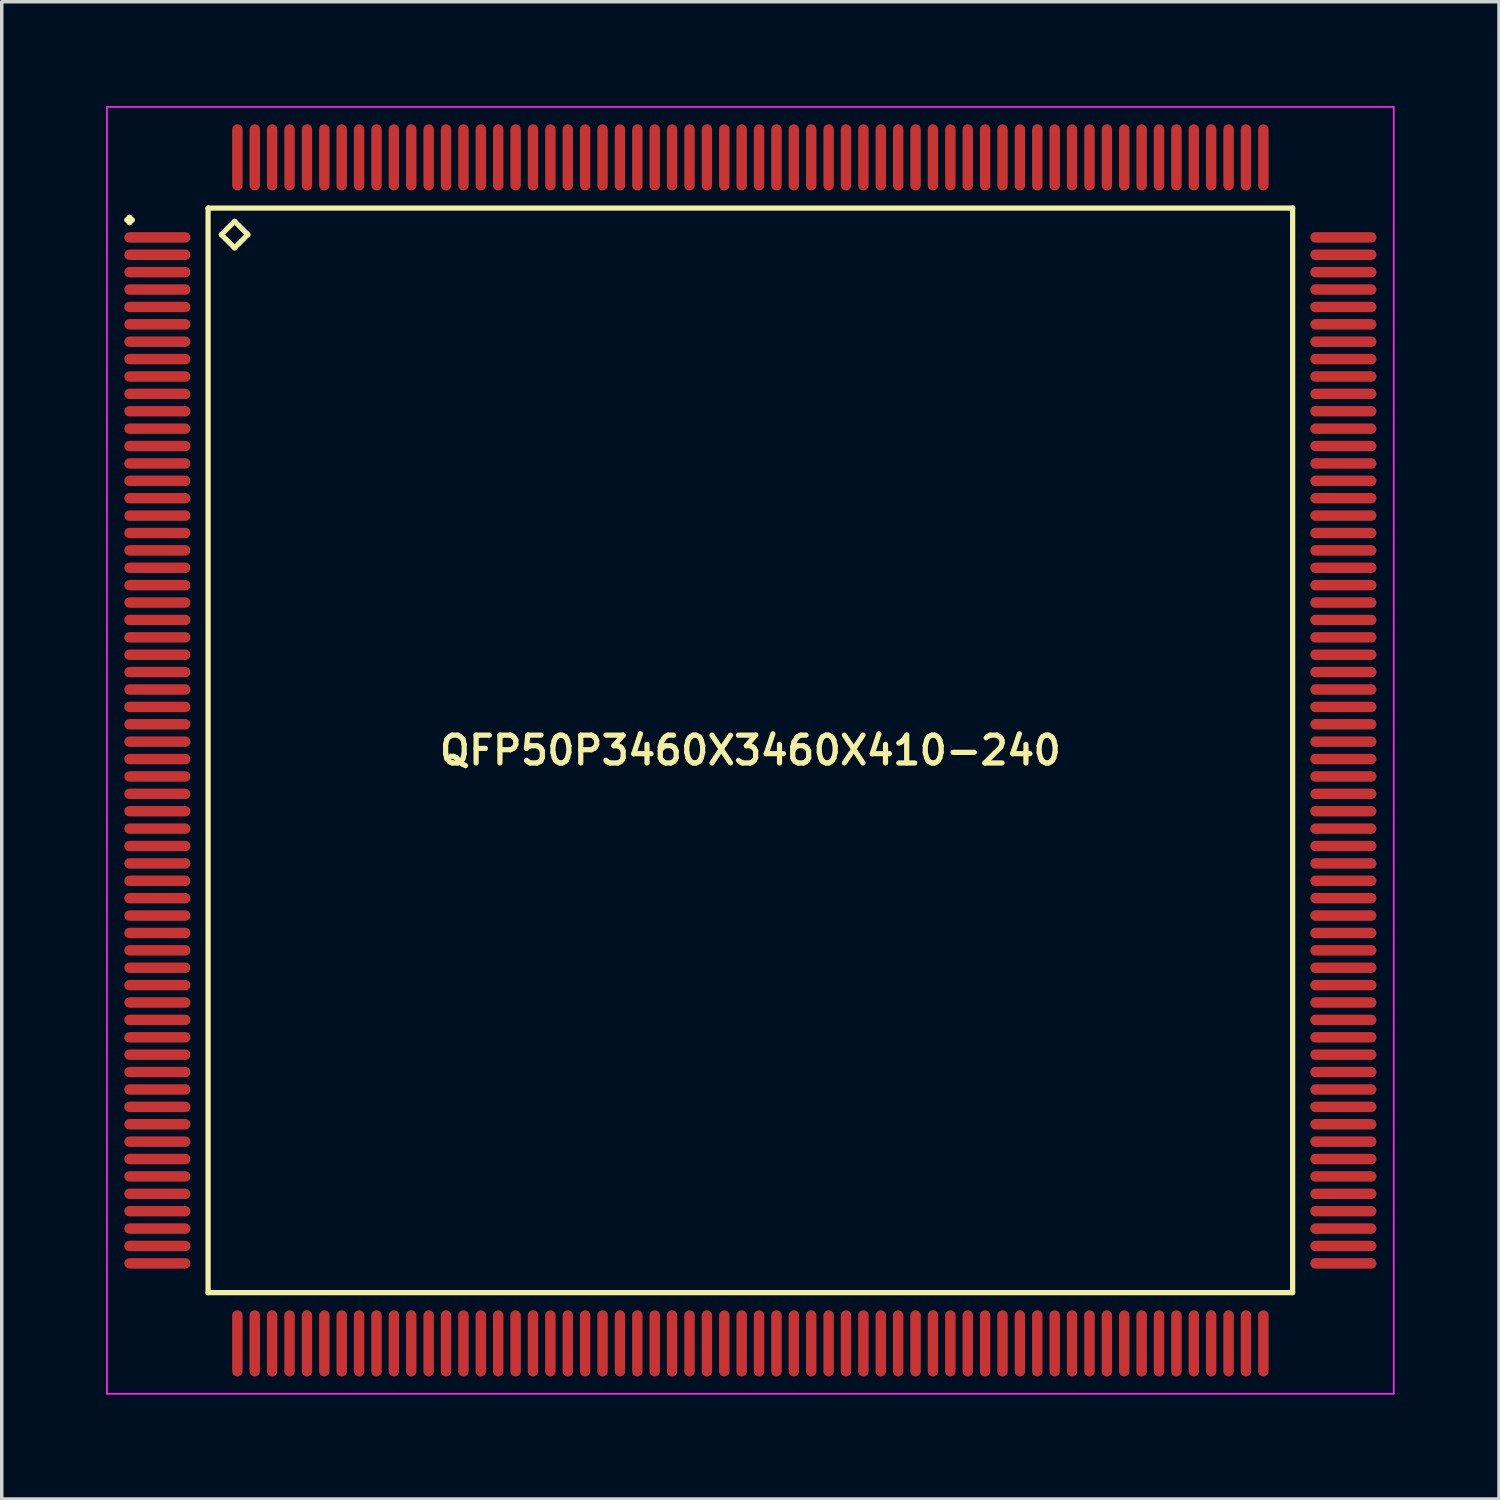
<source format=kicad_pcb>
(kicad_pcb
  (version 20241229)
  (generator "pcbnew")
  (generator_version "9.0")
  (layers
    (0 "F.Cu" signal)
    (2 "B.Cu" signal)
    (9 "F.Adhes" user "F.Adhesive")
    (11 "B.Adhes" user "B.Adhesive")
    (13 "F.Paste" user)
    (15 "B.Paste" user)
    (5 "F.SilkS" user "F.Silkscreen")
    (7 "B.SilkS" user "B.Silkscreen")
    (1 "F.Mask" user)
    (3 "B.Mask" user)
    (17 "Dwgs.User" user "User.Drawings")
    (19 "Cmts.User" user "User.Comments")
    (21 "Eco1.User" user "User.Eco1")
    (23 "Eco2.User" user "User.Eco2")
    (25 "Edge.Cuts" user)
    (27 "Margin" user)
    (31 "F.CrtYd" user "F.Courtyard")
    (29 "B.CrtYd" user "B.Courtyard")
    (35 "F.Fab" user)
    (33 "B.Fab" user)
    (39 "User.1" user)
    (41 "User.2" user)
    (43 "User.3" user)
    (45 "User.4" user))
  (footprint "QFP50P3460X3460X410-240"
    (layer "F.Cu")
    (at 18.525 18.525)
    (property "Reference" "QFP50P3460X3460X410-240" (at 0 0 0) (layer "F.SilkS") (effects (font (size 0.8 0.8) (thickness 0.15))))
    (attr smd)
    (fp_line (start -17.925 -15.25) (end -17.85 -15.325) (stroke (width 0.15) (type solid)) (layer "F.SilkS"))
    (fp_line (start -17.85 -15.325) (end -17.775 -15.25) (stroke (width 0.15) (type solid)) (layer "F.SilkS"))
    (fp_line (start -17.85 -15.175) (end -17.925 -15.25) (stroke (width 0.15) (type solid)) (layer "F.SilkS"))
    (fp_line (start -17.775 -15.25) (end -17.85 -15.175) (stroke (width 0.15) (type solid)) (layer "F.SilkS"))
    (fp_line (start -15.592 -15.592) (end -15.592 15.592) (stroke (width 0.15) (type solid)) (layer "F.SilkS"))
    (fp_line (start -15.592 15.592) (end 15.592 15.592) (stroke (width 0.15) (type solid)) (layer "F.SilkS"))
    (fp_line (start -15.211 -14.83) (end -14.83 -15.211) (stroke (width 0.15) (type solid)) (layer "F.SilkS"))
    (fp_line (start -14.83 -15.211) (end -14.449 -14.83) (stroke (width 0.15) (type solid)) (layer "F.SilkS"))
    (fp_line (start -14.83 -14.449) (end -15.211 -14.83) (stroke (width 0.15) (type solid)) (layer "F.SilkS"))
    (fp_line (start -14.449 -14.83) (end -14.83 -14.449) (stroke (width 0.15) (type solid)) (layer "F.SilkS"))
    (fp_line (start 15.592 -15.592) (end -15.592 -15.592) (stroke (width 0.15) (type solid)) (layer "F.SilkS"))
    (fp_line (start 15.592 15.592) (end 15.592 -15.592) (stroke (width 0.15) (type solid)) (layer "F.SilkS"))
    (fp_line (start -18.5 -18.5) (end 18.5 -18.5) (stroke (width 0.05) (type solid)) (layer "F.CrtYd"))
    (fp_line (start -18.5 18.5) (end -18.5 -18.5) (stroke (width 0.05) (type solid)) (layer "F.CrtYd"))
    (fp_line (start 18.5 -18.5) (end 18.5 18.5) (stroke (width 0.05) (type solid)) (layer "F.CrtYd"))
    (fp_line (start 18.5 18.5) (end -18.5 18.5) (stroke (width 0.05) (type solid)) (layer "F.CrtYd"))
    (pad "1" smd oval (at -17.05 -14.75) (size 1.9 0.3) (layers "F.Cu" "F.Mask" "F.Paste"))
    (pad "2" smd oval (at -17.05 -14.25) (size 1.9 0.3) (layers "F.Cu" "F.Mask" "F.Paste"))
    (pad "3" smd oval (at -17.05 -13.75) (size 1.9 0.3) (layers "F.Cu" "F.Mask" "F.Paste"))
    (pad "4" smd oval (at -17.05 -13.25) (size 1.9 0.3) (layers "F.Cu" "F.Mask" "F.Paste"))
    (pad "5" smd oval (at -17.05 -12.75) (size 1.9 0.3) (layers "F.Cu" "F.Mask" "F.Paste"))
    (pad "6" smd oval (at -17.05 -12.25) (size 1.9 0.3) (layers "F.Cu" "F.Mask" "F.Paste"))
    (pad "7" smd oval (at -17.05 -11.75) (size 1.9 0.3) (layers "F.Cu" "F.Mask" "F.Paste"))
    (pad "8" smd oval (at -17.05 -11.25) (size 1.9 0.3) (layers "F.Cu" "F.Mask" "F.Paste"))
    (pad "9" smd oval (at -17.05 -10.75) (size 1.9 0.3) (layers "F.Cu" "F.Mask" "F.Paste"))
    (pad "10" smd oval (at -17.05 -10.25) (size 1.9 0.3) (layers "F.Cu" "F.Mask" "F.Paste"))
    (pad "11" smd oval (at -17.05 -9.75) (size 1.9 0.3) (layers "F.Cu" "F.Mask" "F.Paste"))
    (pad "12" smd oval (at -17.05 -9.25) (size 1.9 0.3) (layers "F.Cu" "F.Mask" "F.Paste"))
    (pad "13" smd oval (at -17.05 -8.75) (size 1.9 0.3) (layers "F.Cu" "F.Mask" "F.Paste"))
    (pad "14" smd oval (at -17.05 -8.25) (size 1.9 0.3) (layers "F.Cu" "F.Mask" "F.Paste"))
    (pad "15" smd oval (at -17.05 -7.75) (size 1.9 0.3) (layers "F.Cu" "F.Mask" "F.Paste"))
    (pad "16" smd oval (at -17.05 -7.25) (size 1.9 0.3) (layers "F.Cu" "F.Mask" "F.Paste"))
    (pad "17" smd oval (at -17.05 -6.75) (size 1.9 0.3) (layers "F.Cu" "F.Mask" "F.Paste"))
    (pad "18" smd oval (at -17.05 -6.25) (size 1.9 0.3) (layers "F.Cu" "F.Mask" "F.Paste"))
    (pad "19" smd oval (at -17.05 -5.75) (size 1.9 0.3) (layers "F.Cu" "F.Mask" "F.Paste"))
    (pad "20" smd oval (at -17.05 -5.25) (size 1.9 0.3) (layers "F.Cu" "F.Mask" "F.Paste"))
    (pad "21" smd oval (at -17.05 -4.75) (size 1.9 0.3) (layers "F.Cu" "F.Mask" "F.Paste"))
    (pad "22" smd oval (at -17.05 -4.25) (size 1.9 0.3) (layers "F.Cu" "F.Mask" "F.Paste"))
    (pad "23" smd oval (at -17.05 -3.75) (size 1.9 0.3) (layers "F.Cu" "F.Mask" "F.Paste"))
    (pad "24" smd oval (at -17.05 -3.25) (size 1.9 0.3) (layers "F.Cu" "F.Mask" "F.Paste"))
    (pad "25" smd oval (at -17.05 -2.75) (size 1.9 0.3) (layers "F.Cu" "F.Mask" "F.Paste"))
    (pad "26" smd oval (at -17.05 -2.25) (size 1.9 0.3) (layers "F.Cu" "F.Mask" "F.Paste"))
    (pad "27" smd oval (at -17.05 -1.75) (size 1.9 0.3) (layers "F.Cu" "F.Mask" "F.Paste"))
    (pad "28" smd oval (at -17.05 -1.25) (size 1.9 0.3) (layers "F.Cu" "F.Mask" "F.Paste"))
    (pad "29" smd oval (at -17.05 -0.75) (size 1.9 0.3) (layers "F.Cu" "F.Mask" "F.Paste"))
    (pad "30" smd oval (at -17.05 -0.25) (size 1.9 0.3) (layers "F.Cu" "F.Mask" "F.Paste"))
    (pad "31" smd oval (at -17.05 0.25) (size 1.9 0.3) (layers "F.Cu" "F.Mask" "F.Paste"))
    (pad "32" smd oval (at -17.05 0.75) (size 1.9 0.3) (layers "F.Cu" "F.Mask" "F.Paste"))
    (pad "33" smd oval (at -17.05 1.25) (size 1.9 0.3) (layers "F.Cu" "F.Mask" "F.Paste"))
    (pad "34" smd oval (at -17.05 1.75) (size 1.9 0.3) (layers "F.Cu" "F.Mask" "F.Paste"))
    (pad "35" smd oval (at -17.05 2.25) (size 1.9 0.3) (layers "F.Cu" "F.Mask" "F.Paste"))
    (pad "36" smd oval (at -17.05 2.75) (size 1.9 0.3) (layers "F.Cu" "F.Mask" "F.Paste"))
    (pad "37" smd oval (at -17.05 3.25) (size 1.9 0.3) (layers "F.Cu" "F.Mask" "F.Paste"))
    (pad "38" smd oval (at -17.05 3.75) (size 1.9 0.3) (layers "F.Cu" "F.Mask" "F.Paste"))
    (pad "39" smd oval (at -17.05 4.25) (size 1.9 0.3) (layers "F.Cu" "F.Mask" "F.Paste"))
    (pad "40" smd oval (at -17.05 4.75) (size 1.9 0.3) (layers "F.Cu" "F.Mask" "F.Paste"))
    (pad "41" smd oval (at -17.05 5.25) (size 1.9 0.3) (layers "F.Cu" "F.Mask" "F.Paste"))
    (pad "42" smd oval (at -17.05 5.75) (size 1.9 0.3) (layers "F.Cu" "F.Mask" "F.Paste"))
    (pad "43" smd oval (at -17.05 6.25) (size 1.9 0.3) (layers "F.Cu" "F.Mask" "F.Paste"))
    (pad "44" smd oval (at -17.05 6.75) (size 1.9 0.3) (layers "F.Cu" "F.Mask" "F.Paste"))
    (pad "45" smd oval (at -17.05 7.25) (size 1.9 0.3) (layers "F.Cu" "F.Mask" "F.Paste"))
    (pad "46" smd oval (at -17.05 7.75) (size 1.9 0.3) (layers "F.Cu" "F.Mask" "F.Paste"))
    (pad "47" smd oval (at -17.05 8.25) (size 1.9 0.3) (layers "F.Cu" "F.Mask" "F.Paste"))
    (pad "48" smd oval (at -17.05 8.75) (size 1.9 0.3) (layers "F.Cu" "F.Mask" "F.Paste"))
    (pad "49" smd oval (at -17.05 9.25) (size 1.9 0.3) (layers "F.Cu" "F.Mask" "F.Paste"))
    (pad "50" smd oval (at -17.05 9.75) (size 1.9 0.3) (layers "F.Cu" "F.Mask" "F.Paste"))
    (pad "51" smd oval (at -17.05 10.25) (size 1.9 0.3) (layers "F.Cu" "F.Mask" "F.Paste"))
    (pad "52" smd oval (at -17.05 10.75) (size 1.9 0.3) (layers "F.Cu" "F.Mask" "F.Paste"))
    (pad "53" smd oval (at -17.05 11.25) (size 1.9 0.3) (layers "F.Cu" "F.Mask" "F.Paste"))
    (pad "54" smd oval (at -17.05 11.75) (size 1.9 0.3) (layers "F.Cu" "F.Mask" "F.Paste"))
    (pad "55" smd oval (at -17.05 12.25) (size 1.9 0.3) (layers "F.Cu" "F.Mask" "F.Paste"))
    (pad "56" smd oval (at -17.05 12.75) (size 1.9 0.3) (layers "F.Cu" "F.Mask" "F.Paste"))
    (pad "57" smd oval (at -17.05 13.25) (size 1.9 0.3) (layers "F.Cu" "F.Mask" "F.Paste"))
    (pad "58" smd oval (at -17.05 13.75) (size 1.9 0.3) (layers "F.Cu" "F.Mask" "F.Paste"))
    (pad "59" smd oval (at -17.05 14.25) (size 1.9 0.3) (layers "F.Cu" "F.Mask" "F.Paste"))
    (pad "60" smd oval (at -17.05 14.75) (size 1.9 0.3) (layers "F.Cu" "F.Mask" "F.Paste"))
    (pad "61" smd oval (at -14.75 17.05) (size 0.3 1.9) (layers "F.Cu" "F.Mask" "F.Paste"))
    (pad "62" smd oval (at -14.25 17.05) (size 0.3 1.9) (layers "F.Cu" "F.Mask" "F.Paste"))
    (pad "63" smd oval (at -13.75 17.05) (size 0.3 1.9) (layers "F.Cu" "F.Mask" "F.Paste"))
    (pad "64" smd oval (at -13.25 17.05) (size 0.3 1.9) (layers "F.Cu" "F.Mask" "F.Paste"))
    (pad "65" smd oval (at -12.75 17.05) (size 0.3 1.9) (layers "F.Cu" "F.Mask" "F.Paste"))
    (pad "66" smd oval (at -12.25 17.05) (size 0.3 1.9) (layers "F.Cu" "F.Mask" "F.Paste"))
    (pad "67" smd oval (at -11.75 17.05) (size 0.3 1.9) (layers "F.Cu" "F.Mask" "F.Paste"))
    (pad "68" smd oval (at -11.25 17.05) (size 0.3 1.9) (layers "F.Cu" "F.Mask" "F.Paste"))
    (pad "69" smd oval (at -10.75 17.05) (size 0.3 1.9) (layers "F.Cu" "F.Mask" "F.Paste"))
    (pad "70" smd oval (at -10.25 17.05) (size 0.3 1.9) (layers "F.Cu" "F.Mask" "F.Paste"))
    (pad "71" smd oval (at -9.75 17.05) (size 0.3 1.9) (layers "F.Cu" "F.Mask" "F.Paste"))
    (pad "72" smd oval (at -9.25 17.05) (size 0.3 1.9) (layers "F.Cu" "F.Mask" "F.Paste"))
    (pad "73" smd oval (at -8.75 17.05) (size 0.3 1.9) (layers "F.Cu" "F.Mask" "F.Paste"))
    (pad "74" smd oval (at -8.25 17.05) (size 0.3 1.9) (layers "F.Cu" "F.Mask" "F.Paste"))
    (pad "75" smd oval (at -7.75 17.05) (size 0.3 1.9) (layers "F.Cu" "F.Mask" "F.Paste"))
    (pad "76" smd oval (at -7.25 17.05) (size 0.3 1.9) (layers "F.Cu" "F.Mask" "F.Paste"))
    (pad "77" smd oval (at -6.75 17.05) (size 0.3 1.9) (layers "F.Cu" "F.Mask" "F.Paste"))
    (pad "78" smd oval (at -6.25 17.05) (size 0.3 1.9) (layers "F.Cu" "F.Mask" "F.Paste"))
    (pad "79" smd oval (at -5.75 17.05) (size 0.3 1.9) (layers "F.Cu" "F.Mask" "F.Paste"))
    (pad "80" smd oval (at -5.25 17.05) (size 0.3 1.9) (layers "F.Cu" "F.Mask" "F.Paste"))
    (pad "81" smd oval (at -4.75 17.05) (size 0.3 1.9) (layers "F.Cu" "F.Mask" "F.Paste"))
    (pad "82" smd oval (at -4.25 17.05) (size 0.3 1.9) (layers "F.Cu" "F.Mask" "F.Paste"))
    (pad "83" smd oval (at -3.75 17.05) (size 0.3 1.9) (layers "F.Cu" "F.Mask" "F.Paste"))
    (pad "84" smd oval (at -3.25 17.05) (size 0.3 1.9) (layers "F.Cu" "F.Mask" "F.Paste"))
    (pad "85" smd oval (at -2.75 17.05) (size 0.3 1.9) (layers "F.Cu" "F.Mask" "F.Paste"))
    (pad "86" smd oval (at -2.25 17.05) (size 0.3 1.9) (layers "F.Cu" "F.Mask" "F.Paste"))
    (pad "87" smd oval (at -1.75 17.05) (size 0.3 1.9) (layers "F.Cu" "F.Mask" "F.Paste"))
    (pad "88" smd oval (at -1.25 17.05) (size 0.3 1.9) (layers "F.Cu" "F.Mask" "F.Paste"))
    (pad "89" smd oval (at -0.75 17.05) (size 0.3 1.9) (layers "F.Cu" "F.Mask" "F.Paste"))
    (pad "90" smd oval (at -0.25 17.05) (size 0.3 1.9) (layers "F.Cu" "F.Mask" "F.Paste"))
    (pad "91" smd oval (at 0.25 17.05) (size 0.3 1.9) (layers "F.Cu" "F.Mask" "F.Paste"))
    (pad "92" smd oval (at 0.75 17.05) (size 0.3 1.9) (layers "F.Cu" "F.Mask" "F.Paste"))
    (pad "93" smd oval (at 1.25 17.05) (size 0.3 1.9) (layers "F.Cu" "F.Mask" "F.Paste"))
    (pad "94" smd oval (at 1.75 17.05) (size 0.3 1.9) (layers "F.Cu" "F.Mask" "F.Paste"))
    (pad "95" smd oval (at 2.25 17.05) (size 0.3 1.9) (layers "F.Cu" "F.Mask" "F.Paste"))
    (pad "96" smd oval (at 2.75 17.05) (size 0.3 1.9) (layers "F.Cu" "F.Mask" "F.Paste"))
    (pad "97" smd oval (at 3.25 17.05) (size 0.3 1.9) (layers "F.Cu" "F.Mask" "F.Paste"))
    (pad "98" smd oval (at 3.75 17.05) (size 0.3 1.9) (layers "F.Cu" "F.Mask" "F.Paste"))
    (pad "99" smd oval (at 4.25 17.05) (size 0.3 1.9) (layers "F.Cu" "F.Mask" "F.Paste"))
    (pad "100" smd oval (at 4.75 17.05) (size 0.3 1.9) (layers "F.Cu" "F.Mask" "F.Paste"))
    (pad "101" smd oval (at 5.25 17.05) (size 0.3 1.9) (layers "F.Cu" "F.Mask" "F.Paste"))
    (pad "102" smd oval (at 5.75 17.05) (size 0.3 1.9) (layers "F.Cu" "F.Mask" "F.Paste"))
    (pad "103" smd oval (at 6.25 17.05) (size 0.3 1.9) (layers "F.Cu" "F.Mask" "F.Paste"))
    (pad "104" smd oval (at 6.75 17.05) (size 0.3 1.9) (layers "F.Cu" "F.Mask" "F.Paste"))
    (pad "105" smd oval (at 7.25 17.05) (size 0.3 1.9) (layers "F.Cu" "F.Mask" "F.Paste"))
    (pad "106" smd oval (at 7.75 17.05) (size 0.3 1.9) (layers "F.Cu" "F.Mask" "F.Paste"))
    (pad "107" smd oval (at 8.25 17.05) (size 0.3 1.9) (layers "F.Cu" "F.Mask" "F.Paste"))
    (pad "108" smd oval (at 8.75 17.05) (size 0.3 1.9) (layers "F.Cu" "F.Mask" "F.Paste"))
    (pad "109" smd oval (at 9.25 17.05) (size 0.3 1.9) (layers "F.Cu" "F.Mask" "F.Paste"))
    (pad "110" smd oval (at 9.75 17.05) (size 0.3 1.9) (layers "F.Cu" "F.Mask" "F.Paste"))
    (pad "111" smd oval (at 10.25 17.05) (size 0.3 1.9) (layers "F.Cu" "F.Mask" "F.Paste"))
    (pad "112" smd oval (at 10.75 17.05) (size 0.3 1.9) (layers "F.Cu" "F.Mask" "F.Paste"))
    (pad "113" smd oval (at 11.25 17.05) (size 0.3 1.9) (layers "F.Cu" "F.Mask" "F.Paste"))
    (pad "114" smd oval (at 11.75 17.05) (size 0.3 1.9) (layers "F.Cu" "F.Mask" "F.Paste"))
    (pad "115" smd oval (at 12.25 17.05) (size 0.3 1.9) (layers "F.Cu" "F.Mask" "F.Paste"))
    (pad "116" smd oval (at 12.75 17.05) (size 0.3 1.9) (layers "F.Cu" "F.Mask" "F.Paste"))
    (pad "117" smd oval (at 13.25 17.05) (size 0.3 1.9) (layers "F.Cu" "F.Mask" "F.Paste"))
    (pad "118" smd oval (at 13.75 17.05) (size 0.3 1.9) (layers "F.Cu" "F.Mask" "F.Paste"))
    (pad "119" smd oval (at 14.25 17.05) (size 0.3 1.9) (layers "F.Cu" "F.Mask" "F.Paste"))
    (pad "120" smd oval (at 14.75 17.05) (size 0.3 1.9) (layers "F.Cu" "F.Mask" "F.Paste"))
    (pad "121" smd oval (at 17.05 14.75) (size 1.9 0.3) (layers "F.Cu" "F.Mask" "F.Paste"))
    (pad "122" smd oval (at 17.05 14.25) (size 1.9 0.3) (layers "F.Cu" "F.Mask" "F.Paste"))
    (pad "123" smd oval (at 17.05 13.75) (size 1.9 0.3) (layers "F.Cu" "F.Mask" "F.Paste"))
    (pad "124" smd oval (at 17.05 13.25) (size 1.9 0.3) (layers "F.Cu" "F.Mask" "F.Paste"))
    (pad "125" smd oval (at 17.05 12.75) (size 1.9 0.3) (layers "F.Cu" "F.Mask" "F.Paste"))
    (pad "126" smd oval (at 17.05 12.25) (size 1.9 0.3) (layers "F.Cu" "F.Mask" "F.Paste"))
    (pad "127" smd oval (at 17.05 11.75) (size 1.9 0.3) (layers "F.Cu" "F.Mask" "F.Paste"))
    (pad "128" smd oval (at 17.05 11.25) (size 1.9 0.3) (layers "F.Cu" "F.Mask" "F.Paste"))
    (pad "129" smd oval (at 17.05 10.75) (size 1.9 0.3) (layers "F.Cu" "F.Mask" "F.Paste"))
    (pad "130" smd oval (at 17.05 10.25) (size 1.9 0.3) (layers "F.Cu" "F.Mask" "F.Paste"))
    (pad "131" smd oval (at 17.05 9.75) (size 1.9 0.3) (layers "F.Cu" "F.Mask" "F.Paste"))
    (pad "132" smd oval (at 17.05 9.25) (size 1.9 0.3) (layers "F.Cu" "F.Mask" "F.Paste"))
    (pad "133" smd oval (at 17.05 8.75) (size 1.9 0.3) (layers "F.Cu" "F.Mask" "F.Paste"))
    (pad "134" smd oval (at 17.05 8.25) (size 1.9 0.3) (layers "F.Cu" "F.Mask" "F.Paste"))
    (pad "135" smd oval (at 17.05 7.75) (size 1.9 0.3) (layers "F.Cu" "F.Mask" "F.Paste"))
    (pad "136" smd oval (at 17.05 7.25) (size 1.9 0.3) (layers "F.Cu" "F.Mask" "F.Paste"))
    (pad "137" smd oval (at 17.05 6.75) (size 1.9 0.3) (layers "F.Cu" "F.Mask" "F.Paste"))
    (pad "138" smd oval (at 17.05 6.25) (size 1.9 0.3) (layers "F.Cu" "F.Mask" "F.Paste"))
    (pad "139" smd oval (at 17.05 5.75) (size 1.9 0.3) (layers "F.Cu" "F.Mask" "F.Paste"))
    (pad "140" smd oval (at 17.05 5.25) (size 1.9 0.3) (layers "F.Cu" "F.Mask" "F.Paste"))
    (pad "141" smd oval (at 17.05 4.75) (size 1.9 0.3) (layers "F.Cu" "F.Mask" "F.Paste"))
    (pad "142" smd oval (at 17.05 4.25) (size 1.9 0.3) (layers "F.Cu" "F.Mask" "F.Paste"))
    (pad "143" smd oval (at 17.05 3.75) (size 1.9 0.3) (layers "F.Cu" "F.Mask" "F.Paste"))
    (pad "144" smd oval (at 17.05 3.25) (size 1.9 0.3) (layers "F.Cu" "F.Mask" "F.Paste"))
    (pad "145" smd oval (at 17.05 2.75) (size 1.9 0.3) (layers "F.Cu" "F.Mask" "F.Paste"))
    (pad "146" smd oval (at 17.05 2.25) (size 1.9 0.3) (layers "F.Cu" "F.Mask" "F.Paste"))
    (pad "147" smd oval (at 17.05 1.75) (size 1.9 0.3) (layers "F.Cu" "F.Mask" "F.Paste"))
    (pad "148" smd oval (at 17.05 1.25) (size 1.9 0.3) (layers "F.Cu" "F.Mask" "F.Paste"))
    (pad "149" smd oval (at 17.05 0.75) (size 1.9 0.3) (layers "F.Cu" "F.Mask" "F.Paste"))
    (pad "150" smd oval (at 17.05 0.25) (size 1.9 0.3) (layers "F.Cu" "F.Mask" "F.Paste"))
    (pad "151" smd oval (at 17.05 -0.25) (size 1.9 0.3) (layers "F.Cu" "F.Mask" "F.Paste"))
    (pad "152" smd oval (at 17.05 -0.75) (size 1.9 0.3) (layers "F.Cu" "F.Mask" "F.Paste"))
    (pad "153" smd oval (at 17.05 -1.25) (size 1.9 0.3) (layers "F.Cu" "F.Mask" "F.Paste"))
    (pad "154" smd oval (at 17.05 -1.75) (size 1.9 0.3) (layers "F.Cu" "F.Mask" "F.Paste"))
    (pad "155" smd oval (at 17.05 -2.25) (size 1.9 0.3) (layers "F.Cu" "F.Mask" "F.Paste"))
    (pad "156" smd oval (at 17.05 -2.75) (size 1.9 0.3) (layers "F.Cu" "F.Mask" "F.Paste"))
    (pad "157" smd oval (at 17.05 -3.25) (size 1.9 0.3) (layers "F.Cu" "F.Mask" "F.Paste"))
    (pad "158" smd oval (at 17.05 -3.75) (size 1.9 0.3) (layers "F.Cu" "F.Mask" "F.Paste"))
    (pad "159" smd oval (at 17.05 -4.25) (size 1.9 0.3) (layers "F.Cu" "F.Mask" "F.Paste"))
    (pad "160" smd oval (at 17.05 -4.75) (size 1.9 0.3) (layers "F.Cu" "F.Mask" "F.Paste"))
    (pad "161" smd oval (at 17.05 -5.25) (size 1.9 0.3) (layers "F.Cu" "F.Mask" "F.Paste"))
    (pad "162" smd oval (at 17.05 -5.75) (size 1.9 0.3) (layers "F.Cu" "F.Mask" "F.Paste"))
    (pad "163" smd oval (at 17.05 -6.25) (size 1.9 0.3) (layers "F.Cu" "F.Mask" "F.Paste"))
    (pad "164" smd oval (at 17.05 -6.75) (size 1.9 0.3) (layers "F.Cu" "F.Mask" "F.Paste"))
    (pad "165" smd oval (at 17.05 -7.25) (size 1.9 0.3) (layers "F.Cu" "F.Mask" "F.Paste"))
    (pad "166" smd oval (at 17.05 -7.75) (size 1.9 0.3) (layers "F.Cu" "F.Mask" "F.Paste"))
    (pad "167" smd oval (at 17.05 -8.25) (size 1.9 0.3) (layers "F.Cu" "F.Mask" "F.Paste"))
    (pad "168" smd oval (at 17.05 -8.75) (size 1.9 0.3) (layers "F.Cu" "F.Mask" "F.Paste"))
    (pad "169" smd oval (at 17.05 -9.25) (size 1.9 0.3) (layers "F.Cu" "F.Mask" "F.Paste"))
    (pad "170" smd oval (at 17.05 -9.75) (size 1.9 0.3) (layers "F.Cu" "F.Mask" "F.Paste"))
    (pad "171" smd oval (at 17.05 -10.25) (size 1.9 0.3) (layers "F.Cu" "F.Mask" "F.Paste"))
    (pad "172" smd oval (at 17.05 -10.75) (size 1.9 0.3) (layers "F.Cu" "F.Mask" "F.Paste"))
    (pad "173" smd oval (at 17.05 -11.25) (size 1.9 0.3) (layers "F.Cu" "F.Mask" "F.Paste"))
    (pad "174" smd oval (at 17.05 -11.75) (size 1.9 0.3) (layers "F.Cu" "F.Mask" "F.Paste"))
    (pad "175" smd oval (at 17.05 -12.25) (size 1.9 0.3) (layers "F.Cu" "F.Mask" "F.Paste"))
    (pad "176" smd oval (at 17.05 -12.75) (size 1.9 0.3) (layers "F.Cu" "F.Mask" "F.Paste"))
    (pad "177" smd oval (at 17.05 -13.25) (size 1.9 0.3) (layers "F.Cu" "F.Mask" "F.Paste"))
    (pad "178" smd oval (at 17.05 -13.75) (size 1.9 0.3) (layers "F.Cu" "F.Mask" "F.Paste"))
    (pad "179" smd oval (at 17.05 -14.25) (size 1.9 0.3) (layers "F.Cu" "F.Mask" "F.Paste"))
    (pad "180" smd oval (at 17.05 -14.75) (size 1.9 0.3) (layers "F.Cu" "F.Mask" "F.Paste"))
    (pad "181" smd oval (at 14.75 -17.05) (size 0.3 1.9) (layers "F.Cu" "F.Mask" "F.Paste"))
    (pad "182" smd oval (at 14.25 -17.05) (size 0.3 1.9) (layers "F.Cu" "F.Mask" "F.Paste"))
    (pad "183" smd oval (at 13.75 -17.05) (size 0.3 1.9) (layers "F.Cu" "F.Mask" "F.Paste"))
    (pad "184" smd oval (at 13.25 -17.05) (size 0.3 1.9) (layers "F.Cu" "F.Mask" "F.Paste"))
    (pad "185" smd oval (at 12.75 -17.05) (size 0.3 1.9) (layers "F.Cu" "F.Mask" "F.Paste"))
    (pad "186" smd oval (at 12.25 -17.05) (size 0.3 1.9) (layers "F.Cu" "F.Mask" "F.Paste"))
    (pad "187" smd oval (at 11.75 -17.05) (size 0.3 1.9) (layers "F.Cu" "F.Mask" "F.Paste"))
    (pad "188" smd oval (at 11.25 -17.05) (size 0.3 1.9) (layers "F.Cu" "F.Mask" "F.Paste"))
    (pad "189" smd oval (at 10.75 -17.05) (size 0.3 1.9) (layers "F.Cu" "F.Mask" "F.Paste"))
    (pad "190" smd oval (at 10.25 -17.05) (size 0.3 1.9) (layers "F.Cu" "F.Mask" "F.Paste"))
    (pad "191" smd oval (at 9.75 -17.05) (size 0.3 1.9) (layers "F.Cu" "F.Mask" "F.Paste"))
    (pad "192" smd oval (at 9.25 -17.05) (size 0.3 1.9) (layers "F.Cu" "F.Mask" "F.Paste"))
    (pad "193" smd oval (at 8.75 -17.05) (size 0.3 1.9) (layers "F.Cu" "F.Mask" "F.Paste"))
    (pad "194" smd oval (at 8.25 -17.05) (size 0.3 1.9) (layers "F.Cu" "F.Mask" "F.Paste"))
    (pad "195" smd oval (at 7.75 -17.05) (size 0.3 1.9) (layers "F.Cu" "F.Mask" "F.Paste"))
    (pad "196" smd oval (at 7.25 -17.05) (size 0.3 1.9) (layers "F.Cu" "F.Mask" "F.Paste"))
    (pad "197" smd oval (at 6.75 -17.05) (size 0.3 1.9) (layers "F.Cu" "F.Mask" "F.Paste"))
    (pad "198" smd oval (at 6.25 -17.05) (size 0.3 1.9) (layers "F.Cu" "F.Mask" "F.Paste"))
    (pad "199" smd oval (at 5.75 -17.05) (size 0.3 1.9) (layers "F.Cu" "F.Mask" "F.Paste"))
    (pad "200" smd oval (at 5.25 -17.05) (size 0.3 1.9) (layers "F.Cu" "F.Mask" "F.Paste"))
    (pad "201" smd oval (at 4.75 -17.05) (size 0.3 1.9) (layers "F.Cu" "F.Mask" "F.Paste"))
    (pad "202" smd oval (at 4.25 -17.05) (size 0.3 1.9) (layers "F.Cu" "F.Mask" "F.Paste"))
    (pad "203" smd oval (at 3.75 -17.05) (size 0.3 1.9) (layers "F.Cu" "F.Mask" "F.Paste"))
    (pad "204" smd oval (at 3.25 -17.05) (size 0.3 1.9) (layers "F.Cu" "F.Mask" "F.Paste"))
    (pad "205" smd oval (at 2.75 -17.05) (size 0.3 1.9) (layers "F.Cu" "F.Mask" "F.Paste"))
    (pad "206" smd oval (at 2.25 -17.05) (size 0.3 1.9) (layers "F.Cu" "F.Mask" "F.Paste"))
    (pad "207" smd oval (at 1.75 -17.05) (size 0.3 1.9) (layers "F.Cu" "F.Mask" "F.Paste"))
    (pad "208" smd oval (at 1.25 -17.05) (size 0.3 1.9) (layers "F.Cu" "F.Mask" "F.Paste"))
    (pad "209" smd oval (at 0.75 -17.05) (size 0.3 1.9) (layers "F.Cu" "F.Mask" "F.Paste"))
    (pad "210" smd oval (at 0.25 -17.05) (size 0.3 1.9) (layers "F.Cu" "F.Mask" "F.Paste"))
    (pad "211" smd oval (at -0.25 -17.05) (size 0.3 1.9) (layers "F.Cu" "F.Mask" "F.Paste"))
    (pad "212" smd oval (at -0.75 -17.05) (size 0.3 1.9) (layers "F.Cu" "F.Mask" "F.Paste"))
    (pad "213" smd oval (at -1.25 -17.05) (size 0.3 1.9) (layers "F.Cu" "F.Mask" "F.Paste"))
    (pad "214" smd oval (at -1.75 -17.05) (size 0.3 1.9) (layers "F.Cu" "F.Mask" "F.Paste"))
    (pad "215" smd oval (at -2.25 -17.05) (size 0.3 1.9) (layers "F.Cu" "F.Mask" "F.Paste"))
    (pad "216" smd oval (at -2.75 -17.05) (size 0.3 1.9) (layers "F.Cu" "F.Mask" "F.Paste"))
    (pad "217" smd oval (at -3.25 -17.05) (size 0.3 1.9) (layers "F.Cu" "F.Mask" "F.Paste"))
    (pad "218" smd oval (at -3.75 -17.05) (size 0.3 1.9) (layers "F.Cu" "F.Mask" "F.Paste"))
    (pad "219" smd oval (at -4.25 -17.05) (size 0.3 1.9) (layers "F.Cu" "F.Mask" "F.Paste"))
    (pad "220" smd oval (at -4.75 -17.05) (size 0.3 1.9) (layers "F.Cu" "F.Mask" "F.Paste"))
    (pad "221" smd oval (at -5.25 -17.05) (size 0.3 1.9) (layers "F.Cu" "F.Mask" "F.Paste"))
    (pad "222" smd oval (at -5.75 -17.05) (size 0.3 1.9) (layers "F.Cu" "F.Mask" "F.Paste"))
    (pad "223" smd oval (at -6.25 -17.05) (size 0.3 1.9) (layers "F.Cu" "F.Mask" "F.Paste"))
    (pad "224" smd oval (at -6.75 -17.05) (size 0.3 1.9) (layers "F.Cu" "F.Mask" "F.Paste"))
    (pad "225" smd oval (at -7.25 -17.05) (size 0.3 1.9) (layers "F.Cu" "F.Mask" "F.Paste"))
    (pad "226" smd oval (at -7.75 -17.05) (size 0.3 1.9) (layers "F.Cu" "F.Mask" "F.Paste"))
    (pad "227" smd oval (at -8.25 -17.05) (size 0.3 1.9) (layers "F.Cu" "F.Mask" "F.Paste"))
    (pad "228" smd oval (at -8.75 -17.05) (size 0.3 1.9) (layers "F.Cu" "F.Mask" "F.Paste"))
    (pad "229" smd oval (at -9.25 -17.05) (size 0.3 1.9) (layers "F.Cu" "F.Mask" "F.Paste"))
    (pad "230" smd oval (at -9.75 -17.05) (size 0.3 1.9) (layers "F.Cu" "F.Mask" "F.Paste"))
    (pad "231" smd oval (at -10.25 -17.05) (size 0.3 1.9) (layers "F.Cu" "F.Mask" "F.Paste"))
    (pad "232" smd oval (at -10.75 -17.05) (size 0.3 1.9) (layers "F.Cu" "F.Mask" "F.Paste"))
    (pad "233" smd oval (at -11.25 -17.05) (size 0.3 1.9) (layers "F.Cu" "F.Mask" "F.Paste"))
    (pad "234" smd oval (at -11.75 -17.05) (size 0.3 1.9) (layers "F.Cu" "F.Mask" "F.Paste"))
    (pad "235" smd oval (at -12.25 -17.05) (size 0.3 1.9) (layers "F.Cu" "F.Mask" "F.Paste"))
    (pad "236" smd oval (at -12.75 -17.05) (size 0.3 1.9) (layers "F.Cu" "F.Mask" "F.Paste"))
    (pad "237" smd oval (at -13.25 -17.05) (size 0.3 1.9) (layers "F.Cu" "F.Mask" "F.Paste"))
    (pad "238" smd oval (at -13.75 -17.05) (size 0.3 1.9) (layers "F.Cu" "F.Mask" "F.Paste"))
    (pad "239" smd oval (at -14.25 -17.05) (size 0.3 1.9) (layers "F.Cu" "F.Mask" "F.Paste"))
    (pad "240" smd oval (at -14.75 -17.05) (size 0.3 1.9) (layers "F.Cu" "F.Mask" "F.Paste")))
  (gr_rect
    (start -3 -3)
    (end 40.05 40.05)
    (stroke (width 0.1) (type default))
    (fill no)
    (layer "Edge.Cuts")))
</source>
